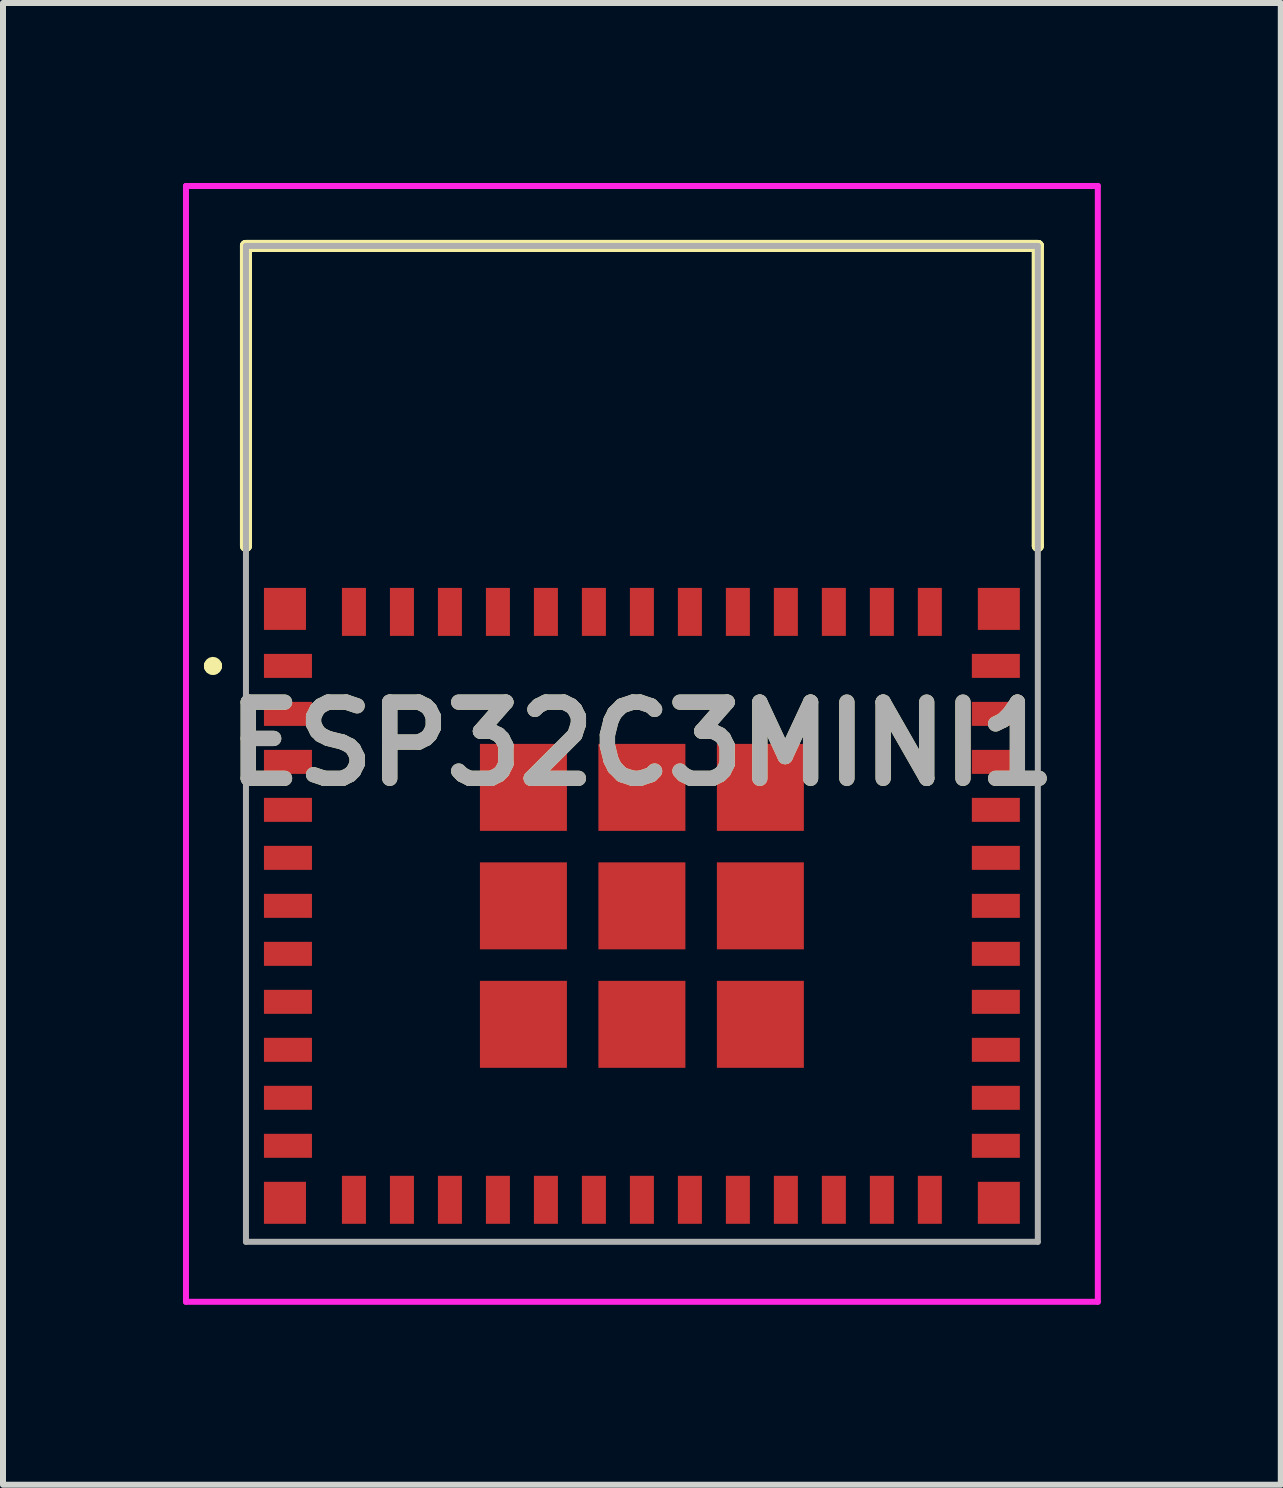
<source format=kicad_pcb>
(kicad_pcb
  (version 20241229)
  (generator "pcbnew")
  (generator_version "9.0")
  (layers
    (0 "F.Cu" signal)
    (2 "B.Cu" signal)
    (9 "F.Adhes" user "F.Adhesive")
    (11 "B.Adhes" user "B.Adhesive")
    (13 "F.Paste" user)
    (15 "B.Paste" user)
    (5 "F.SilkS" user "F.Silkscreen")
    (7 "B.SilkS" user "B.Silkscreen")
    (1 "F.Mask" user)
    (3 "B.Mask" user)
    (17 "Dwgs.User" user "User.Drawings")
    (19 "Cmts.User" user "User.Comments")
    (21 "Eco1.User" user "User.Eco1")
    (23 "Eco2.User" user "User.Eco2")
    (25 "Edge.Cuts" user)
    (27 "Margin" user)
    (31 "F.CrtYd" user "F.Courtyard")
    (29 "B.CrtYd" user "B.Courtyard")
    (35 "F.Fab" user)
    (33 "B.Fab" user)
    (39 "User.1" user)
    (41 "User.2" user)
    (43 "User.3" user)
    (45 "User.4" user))
  (footprint "ESP32C3MINI1"
    (layer "F.Cu")
    (at 7.65 9.35)
    (property "Reference" "ESP32C3MINI1" (at 0 0 0) (layer "F.SilkS") (effects (font (size 1.27 1.27) (thickness 0.254))))
    (attr smd)
    (fp_line (start -7.2 -1.3) (end -7.2 -1.3) (stroke (width 0.2) (type solid)) (layer "F.SilkS"))
    (fp_line (start -7.2 -1.3) (end -7.2 -1.3) (stroke (width 0.2) (type solid)) (layer "F.SilkS"))
    (fp_line (start -7.1 -1.3) (end -7.1 -1.3) (stroke (width 0.2) (type solid)) (layer "F.SilkS"))
    (fp_line (start -6.6 -8.3) (end -6.6 -8.3) (stroke (width 0.2) (type solid)) (layer "F.SilkS"))
    (fp_line (start -6.6 -8.3) (end -6.6 -8.3) (stroke (width 0.2) (type solid)) (layer "F.SilkS"))
    (fp_line (start -6.6 -8.3) (end -6.6 -3.3) (stroke (width 0.2) (type solid)) (layer "F.SilkS"))
    (fp_line (start -6.6 -8.3) (end 6.6 -8.3) (stroke (width 0.2) (type solid)) (layer "F.SilkS"))
    (fp_line (start -6.6 -3.3) (end -6.6 -8.3) (stroke (width 0.2) (type solid)) (layer "F.SilkS"))
    (fp_line (start -6.6 -3.3) (end -6.6 -3.3) (stroke (width 0.2) (type solid)) (layer "F.SilkS"))
    (fp_line (start 6.6 -8.3) (end -6.6 -8.3) (stroke (width 0.2) (type solid)) (layer "F.SilkS"))
    (fp_line (start 6.6 -8.3) (end 6.6 -8.3) (stroke (width 0.2) (type solid)) (layer "F.SilkS"))
    (fp_line (start 6.6 -8.3) (end 6.6 -8.3) (stroke (width 0.2) (type solid)) (layer "F.SilkS"))
    (fp_line (start 6.6 -8.3) (end 6.6 -3.3) (stroke (width 0.2) (type solid)) (layer "F.SilkS"))
    (fp_line (start 6.6 -3.3) (end 6.6 -8.3) (stroke (width 0.2) (type solid)) (layer "F.SilkS"))
    (fp_line (start 6.6 -3.3) (end 6.6 -3.3) (stroke (width 0.2) (type solid)) (layer "F.SilkS"))
    (fp_arc (start -7.2 -1.3) (mid -7.15 -1.35) (end -7.1 -1.3) (stroke (width 0.2) (type solid)) (layer "F.SilkS"))
    (fp_arc (start -7.1 -1.3) (mid -7.15 -1.25) (end -7.2 -1.3) (stroke (width 0.2) (type solid)) (layer "F.SilkS"))
    (fp_arc (start -7.1 -1.3) (mid -7.15 -1.25) (end -7.2 -1.3) (stroke (width 0.2) (type solid)) (layer "F.SilkS"))
    (fp_line (start -7.6 -9.3) (end 7.6 -9.3) (stroke (width 0.1) (type solid)) (layer "F.CrtYd"))
    (fp_line (start -7.6 9.3) (end -7.6 -9.3) (stroke (width 0.1) (type solid)) (layer "F.CrtYd"))
    (fp_line (start 7.6 -9.3) (end 7.6 9.3) (stroke (width 0.1) (type solid)) (layer "F.CrtYd"))
    (fp_line (start 7.6 9.3) (end -7.6 9.3) (stroke (width 0.1) (type solid)) (layer "F.CrtYd"))
    (fp_line (start -6.6 -8.3) (end -6.6 8.3) (stroke (width 0.1) (type solid)) (layer "F.Fab"))
    (fp_line (start -6.6 8.3) (end 6.6 8.3) (stroke (width 0.1) (type solid)) (layer "F.Fab"))
    (fp_line (start 6.6 -8.3) (end -6.6 -8.3) (stroke (width 0.1) (type solid)) (layer "F.Fab"))
    (fp_line (start 6.6 8.3) (end 6.6 -8.3) (stroke (width 0.1) (type solid)) (layer "F.Fab"))
    (fp_text user "${REFERENCE}" (at 0 0 0) (layer "F.Fab") (effects (font (size 1.27 1.27) (thickness 0.254))))
    (pad "1" smd rect (at -5.9 -1.3 90) (size 0.4 0.8) (layers "F.Cu" "F.Mask" "F.Paste"))
    (pad "2" smd rect (at -5.9 -0.5 90) (size 0.4 0.8) (layers "F.Cu" "F.Mask" "F.Paste"))
    (pad "3" smd rect (at -5.9 0.3 90) (size 0.4 0.8) (layers "F.Cu" "F.Mask" "F.Paste"))
    (pad "4" smd rect (at -5.9 1.1 90) (size 0.4 0.8) (layers "F.Cu" "F.Mask" "F.Paste"))
    (pad "5" smd rect (at -5.9 1.9 90) (size 0.4 0.8) (layers "F.Cu" "F.Mask" "F.Paste"))
    (pad "6" smd rect (at -5.9 2.7 90) (size 0.4 0.8) (layers "F.Cu" "F.Mask" "F.Paste"))
    (pad "7" smd rect (at -5.9 3.5 90) (size 0.4 0.8) (layers "F.Cu" "F.Mask" "F.Paste"))
    (pad "8" smd rect (at -5.9 4.3 90) (size 0.4 0.8) (layers "F.Cu" "F.Mask" "F.Paste"))
    (pad "9" smd rect (at -5.9 5.1 90) (size 0.4 0.8) (layers "F.Cu" "F.Mask" "F.Paste"))
    (pad "10" smd rect (at -5.9 5.9 90) (size 0.4 0.8) (layers "F.Cu" "F.Mask" "F.Paste"))
    (pad "11" smd rect (at -5.9 6.7 90) (size 0.4 0.8) (layers "F.Cu" "F.Mask" "F.Paste"))
    (pad "12" smd rect (at -4.8 7.6) (size 0.4 0.8) (layers "F.Cu" "F.Mask" "F.Paste"))
    (pad "13" smd rect (at -4 7.6) (size 0.4 0.8) (layers "F.Cu" "F.Mask" "F.Paste"))
    (pad "14" smd rect (at -3.2 7.6) (size 0.4 0.8) (layers "F.Cu" "F.Mask" "F.Paste"))
    (pad "15" smd rect (at -2.4 7.6) (size 0.4 0.8) (layers "F.Cu" "F.Mask" "F.Paste"))
    (pad "16" smd rect (at -1.6 7.6) (size 0.4 0.8) (layers "F.Cu" "F.Mask" "F.Paste"))
    (pad "17" smd rect (at -0.8 7.6) (size 0.4 0.8) (layers "F.Cu" "F.Mask" "F.Paste"))
    (pad "18" smd rect (at 0 7.6) (size 0.4 0.8) (layers "F.Cu" "F.Mask" "F.Paste"))
    (pad "19" smd rect (at 0.8 7.6) (size 0.4 0.8) (layers "F.Cu" "F.Mask" "F.Paste"))
    (pad "20" smd rect (at 1.6 7.6) (size 0.4 0.8) (layers "F.Cu" "F.Mask" "F.Paste"))
    (pad "21" smd rect (at 2.4 7.6) (size 0.4 0.8) (layers "F.Cu" "F.Mask" "F.Paste"))
    (pad "22" smd rect (at 3.2 7.6) (size 0.4 0.8) (layers "F.Cu" "F.Mask" "F.Paste"))
    (pad "23" smd rect (at 4 7.6) (size 0.4 0.8) (layers "F.Cu" "F.Mask" "F.Paste"))
    (pad "24" smd rect (at 4.8 7.6) (size 0.4 0.8) (layers "F.Cu" "F.Mask" "F.Paste"))
    (pad "25" smd rect (at 5.9 6.7 90) (size 0.4 0.8) (layers "F.Cu" "F.Mask" "F.Paste"))
    (pad "26" smd rect (at 5.9 5.9 90) (size 0.4 0.8) (layers "F.Cu" "F.Mask" "F.Paste"))
    (pad "27" smd rect (at 5.9 5.1 90) (size 0.4 0.8) (layers "F.Cu" "F.Mask" "F.Paste"))
    (pad "28" smd rect (at 5.9 4.3 90) (size 0.4 0.8) (layers "F.Cu" "F.Mask" "F.Paste"))
    (pad "29" smd rect (at 5.9 3.5 90) (size 0.4 0.8) (layers "F.Cu" "F.Mask" "F.Paste"))
    (pad "30" smd rect (at 5.9 2.7 90) (size 0.4 0.8) (layers "F.Cu" "F.Mask" "F.Paste"))
    (pad "31" smd rect (at 5.9 1.9 90) (size 0.4 0.8) (layers "F.Cu" "F.Mask" "F.Paste"))
    (pad "32" smd rect (at 5.9 1.1 90) (size 0.4 0.8) (layers "F.Cu" "F.Mask" "F.Paste"))
    (pad "33" smd rect (at 5.9 0.3 90) (size 0.4 0.8) (layers "F.Cu" "F.Mask" "F.Paste"))
    (pad "34" smd rect (at 5.9 -0.5 90) (size 0.4 0.8) (layers "F.Cu" "F.Mask" "F.Paste"))
    (pad "35" smd rect (at 5.9 -1.3 90) (size 0.4 0.8) (layers "F.Cu" "F.Mask" "F.Paste"))
    (pad "36" smd rect (at 4.8 -2.2) (size 0.4 0.8) (layers "F.Cu" "F.Mask" "F.Paste"))
    (pad "37" smd rect (at 4 -2.2) (size 0.4 0.8) (layers "F.Cu" "F.Mask" "F.Paste"))
    (pad "38" smd rect (at 3.2 -2.2) (size 0.4 0.8) (layers "F.Cu" "F.Mask" "F.Paste"))
    (pad "39" smd rect (at 2.4 -2.2) (size 0.4 0.8) (layers "F.Cu" "F.Mask" "F.Paste"))
    (pad "40" smd rect (at 1.6 -2.2) (size 0.4 0.8) (layers "F.Cu" "F.Mask" "F.Paste"))
    (pad "41" smd rect (at 0.8 -2.2) (size 0.4 0.8) (layers "F.Cu" "F.Mask" "F.Paste"))
    (pad "42" smd rect (at 0 -2.2) (size 0.4 0.8) (layers "F.Cu" "F.Mask" "F.Paste"))
    (pad "43" smd rect (at -0.8 -2.2) (size 0.4 0.8) (layers "F.Cu" "F.Mask" "F.Paste"))
    (pad "44" smd rect (at -1.6 -2.2) (size 0.4 0.8) (layers "F.Cu" "F.Mask" "F.Paste"))
    (pad "45" smd rect (at -2.4 -2.2) (size 0.4 0.8) (layers "F.Cu" "F.Mask" "F.Paste"))
    (pad "46" smd rect (at -3.2 -2.2) (size 0.4 0.8) (layers "F.Cu" "F.Mask" "F.Paste"))
    (pad "47" smd rect (at -4 -2.2) (size 0.4 0.8) (layers "F.Cu" "F.Mask" "F.Paste"))
    (pad "48" smd rect (at -4.8 -2.2) (size 0.4 0.8) (layers "F.Cu" "F.Mask" "F.Paste"))
    (pad "49" smd rect (at 0 2.7) (size 1.45 1.45) (layers "F.Cu" "F.Mask" "F.Paste"))
    (pad "50" smd rect (at 5.95 -2.25 90) (size 0.7 0.7) (layers "F.Cu" "F.Mask" "F.Paste"))
    (pad "51" smd rect (at 5.95 7.65 90) (size 0.7 0.7) (layers "F.Cu" "F.Mask" "F.Paste"))
    (pad "52" smd rect (at -5.95 7.65 90) (size 0.7 0.7) (layers "F.Cu" "F.Mask" "F.Paste"))
    (pad "53" smd rect (at -5.95 -2.25 90) (size 0.7 0.7) (layers "F.Cu" "F.Mask" "F.Paste"))
    (pad "54" smd rect (at -1.975 0.725) (size 1.45 1.45) (layers "F.Cu" "F.Mask" "F.Paste"))
    (pad "55" smd rect (at -1.975 2.7) (size 1.45 1.45) (layers "F.Cu" "F.Mask" "F.Paste"))
    (pad "56" smd rect (at -1.975 4.675) (size 1.45 1.45) (layers "F.Cu" "F.Mask" "F.Paste"))
    (pad "57" smd rect (at 0 4.675) (size 1.45 1.45) (layers "F.Cu" "F.Mask" "F.Paste"))
    (pad "58" smd rect (at 1.975 4.675) (size 1.45 1.45) (layers "F.Cu" "F.Mask" "F.Paste"))
    (pad "59" smd rect (at 1.975 2.7) (size 1.45 1.45) (layers "F.Cu" "F.Mask" "F.Paste"))
    (pad "60" smd rect (at 1.975 0.725) (size 1.45 1.45) (layers "F.Cu" "F.Mask" "F.Paste"))
    (pad "61" smd rect (at 0 0.725) (size 1.45 1.45) (layers "F.Cu" "F.Mask" "F.Paste")))
  (gr_rect
    (start -3 -3)
    (end 18.3 21.7)
    (stroke (width 0.1) (type default))
    (fill no)
    (layer "Edge.Cuts")))
</source>
